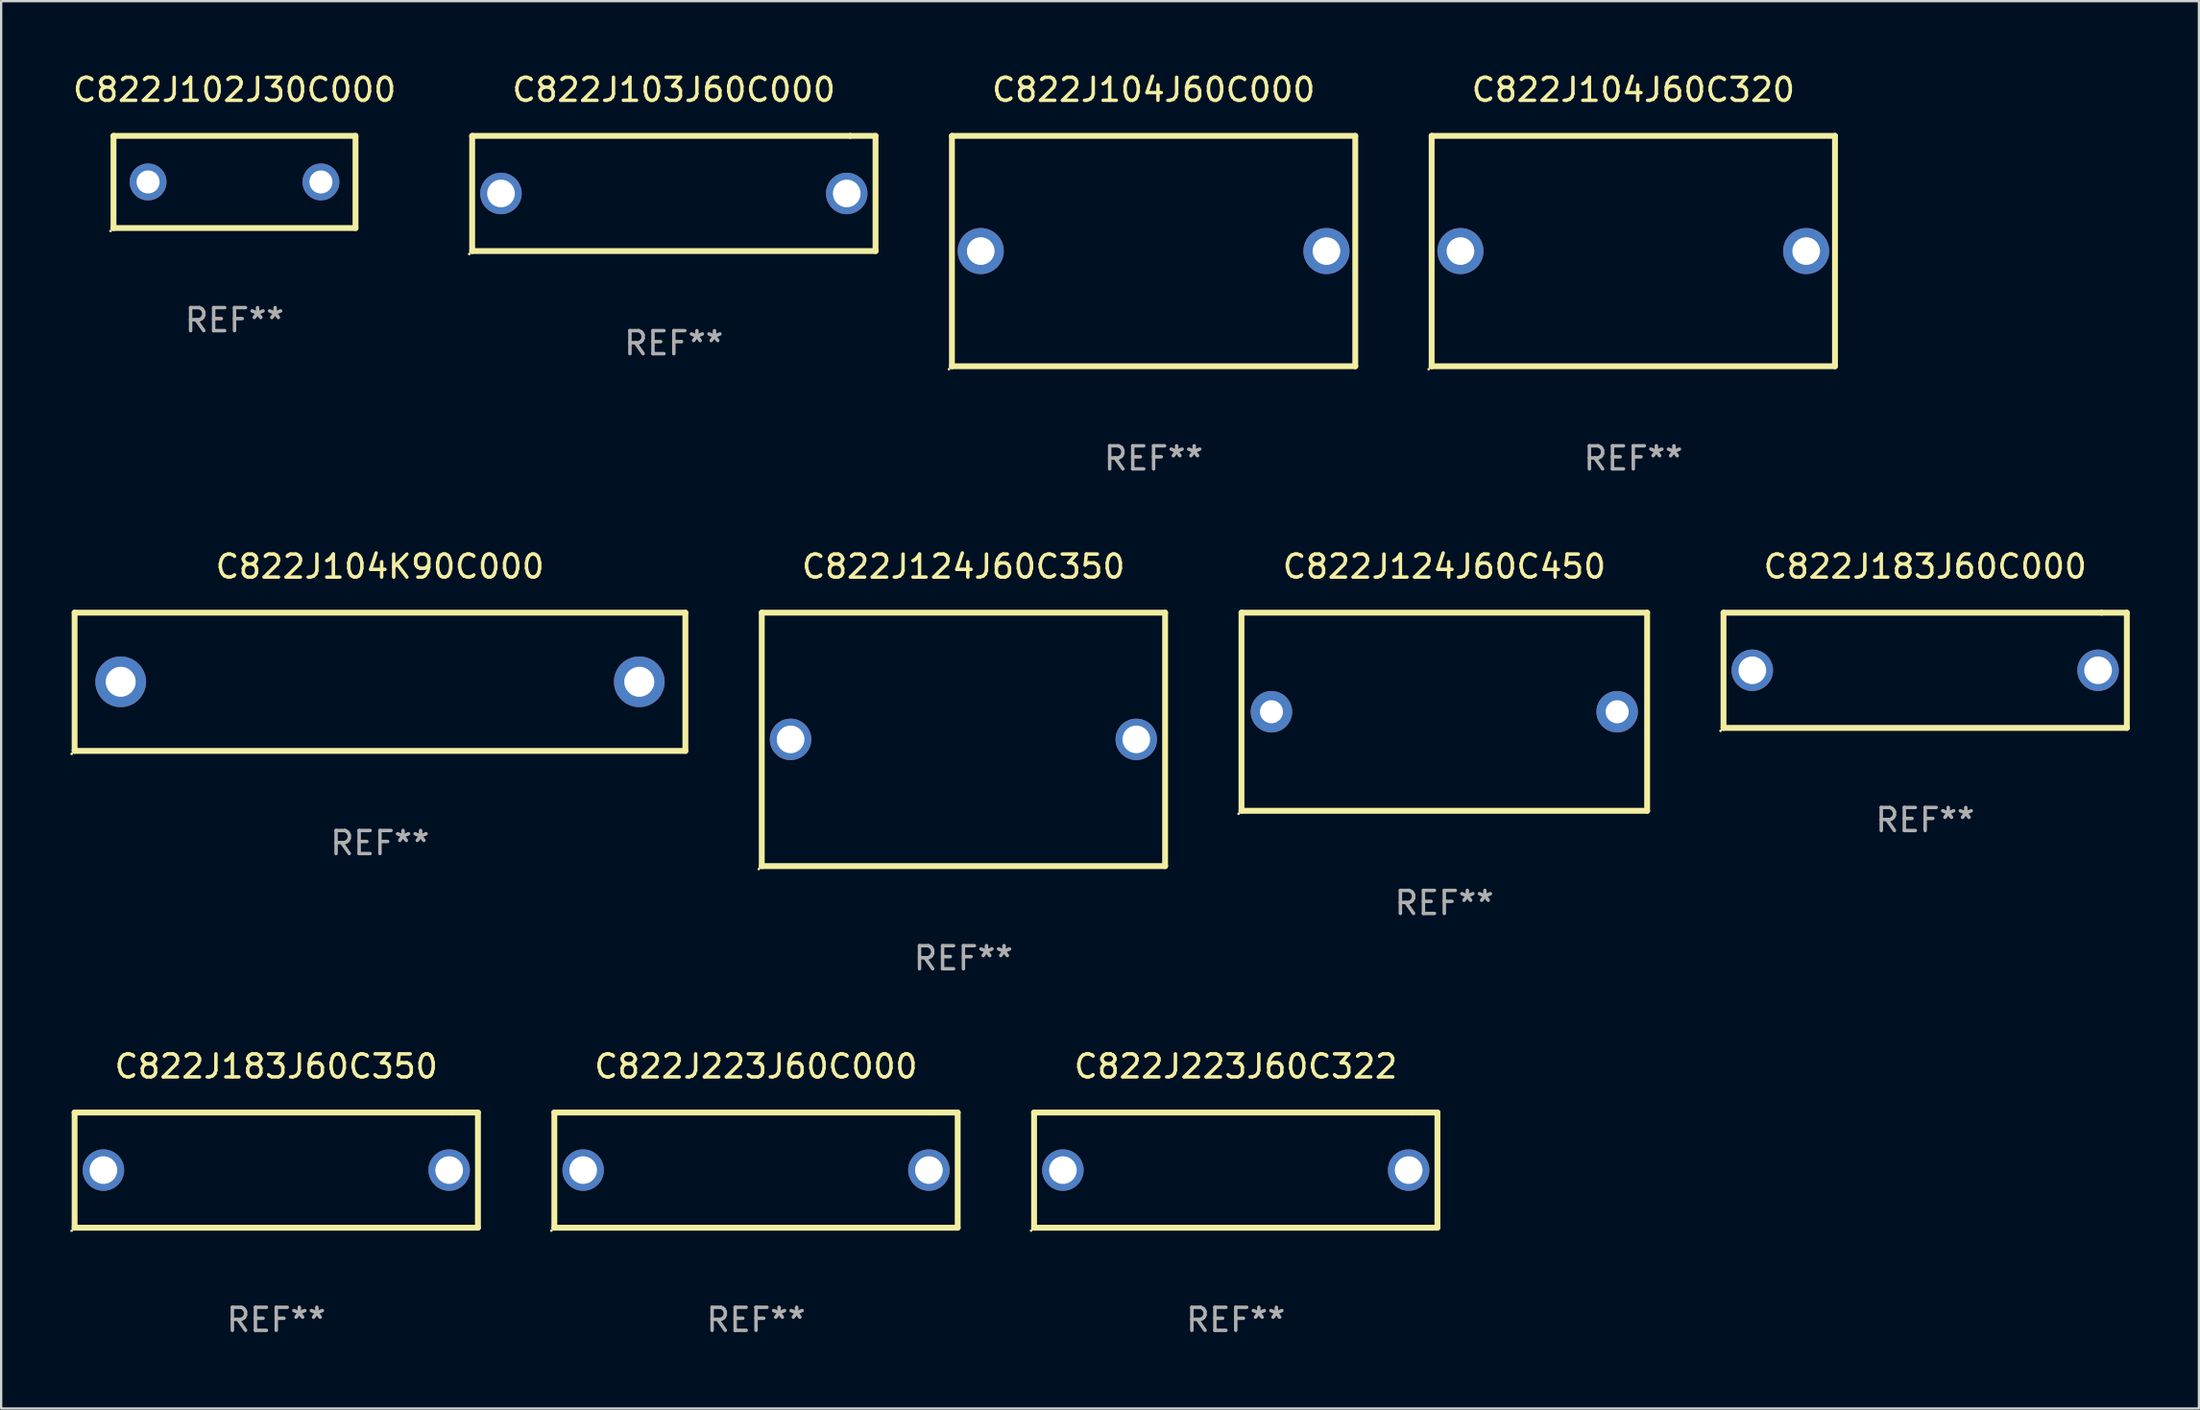
<source format=kicad_pcb>
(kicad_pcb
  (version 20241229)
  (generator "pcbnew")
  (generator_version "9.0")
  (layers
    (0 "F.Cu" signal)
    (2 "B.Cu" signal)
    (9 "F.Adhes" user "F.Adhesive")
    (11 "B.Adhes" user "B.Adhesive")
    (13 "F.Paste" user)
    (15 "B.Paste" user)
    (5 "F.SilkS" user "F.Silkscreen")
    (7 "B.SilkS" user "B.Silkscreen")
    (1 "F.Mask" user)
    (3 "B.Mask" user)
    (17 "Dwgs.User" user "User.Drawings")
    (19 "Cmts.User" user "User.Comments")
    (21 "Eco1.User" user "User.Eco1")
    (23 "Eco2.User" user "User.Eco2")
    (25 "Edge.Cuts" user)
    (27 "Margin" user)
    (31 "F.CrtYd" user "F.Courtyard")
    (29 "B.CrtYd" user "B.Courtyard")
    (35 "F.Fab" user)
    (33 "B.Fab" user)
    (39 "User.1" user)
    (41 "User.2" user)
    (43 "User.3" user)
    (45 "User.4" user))
  (footprint "C822J102J30C000"
    (layer "F.Cu")
    (at 7.125 4.848)
    (property "Reference" "C822J102J30C000" (at 0 -4 0) (layer "F.SilkS") (effects (font (size 1 1) (thickness 0.15))))
    (attr through_hole)
    (fp_line (start -5.25 -2) (end 5.25 -2) (stroke (width 0.254) (type solid)) (layer "F.SilkS"))
    (fp_line (start -5.25 2) (end -5.25 -2) (stroke (width 0.254) (type solid)) (layer "F.SilkS"))
    (fp_line (start 5.25 -2) (end 5.25 2) (stroke (width 0.254) (type solid)) (layer "F.SilkS"))
    (fp_line (start 5.25 2) (end -5.25 2) (stroke (width 0.254) (type solid)) (layer "F.SilkS"))
    (fp_circle (center -5.377 2.127) (end -5.347 2.127) (stroke (width 0.06) (type solid)) (fill no) (layer "F.SilkS"))
    (fp_text user "REF**" (at 0 6 0) (layer "F.Fab") (effects (font (size 1 1) (thickness 0.15))))
    (pad "1" thru_hole circle (at -3.75 0) (size 1.6 1.6) (drill 1) (layers "*.Cu" "*.Mask"))
    (pad "2" thru_hole circle (at 3.75 0) (size 1.6 1.6) (drill 1) (layers "*.Cu" "*.Mask")))
  (footprint "C822J223J60C000"
    (layer "F.Cu")
    (at 29.752 47.741)
    (property "Reference" "C822J223J60C000" (at 0 -4.5 0) (layer "F.SilkS") (effects (font (size 1 1) (thickness 0.15))))
    (attr through_hole)
    (fp_line (start -8.75 -2.499) (end 7.653 -2.499) (stroke (width 0.254) (type solid)) (layer "F.SilkS"))
    (fp_line (start -8.75 2.5) (end -8.75 -2.5) (stroke (width 0.254) (type solid)) (layer "F.SilkS"))
    (fp_line (start 7.653 -2.499) (end 8.75 -2.499) (stroke (width 0.254) (type solid)) (layer "F.SilkS"))
    (fp_line (start 8.75 -2.5) (end 8.75 2.5) (stroke (width 0.254) (type solid)) (layer "F.SilkS"))
    (fp_line (start 8.75 2.5) (end -8.75 2.5) (stroke (width 0.254) (type solid)) (layer "F.SilkS"))
    (fp_circle (center -8.877 2.627) (end -8.847 2.627) (stroke (width 0.06) (type solid)) (fill no) (layer "F.SilkS"))
    (fp_text user "REF**" (at 0 6.5 0) (layer "F.Fab") (effects (font (size 1 1) (thickness 0.15))))
    (pad "1" thru_hole circle (at -7.501 0) (size 1.8 1.8) (drill 1.2) (layers "*.Cu" "*.Mask"))
    (pad "2" thru_hole circle (at 7.501 0) (size 1.8 1.8) (drill 1.2) (layers "*.Cu" "*.Mask")))
  (footprint "C822J104J60C320"
    (layer "F.Cu")
    (at 67.816 7.848)
    (property "Reference" "C822J104J60C320" (at 0 -7 0) (layer "F.SilkS") (effects (font (size 1 1) (thickness 0.15))))
    (attr through_hole)
    (fp_line (start -8.75 -5) (end 8.75 -5) (stroke (width 0.254) (type solid)) (layer "F.SilkS"))
    (fp_line (start -8.75 5) (end -8.75 -5) (stroke (width 0.254) (type solid)) (layer "F.SilkS"))
    (fp_line (start 8.75 -5) (end 8.75 5) (stroke (width 0.254) (type solid)) (layer "F.SilkS"))
    (fp_line (start 8.75 5) (end -8.75 5) (stroke (width 0.254) (type solid)) (layer "F.SilkS"))
    (fp_circle (center -8.877 5.127) (end -8.847 5.127) (stroke (width 0.06) (type solid)) (fill no) (layer "F.SilkS"))
    (fp_text user "REF**" (at 0 9 0) (layer "F.Fab") (effects (font (size 1 1) (thickness 0.15))))
    (pad "1" thru_hole circle (at -7.5 0) (size 2 2) (drill 1.2) (layers "*.Cu" "*.Mask"))
    (pad "2" thru_hole circle (at 7.5 0) (size 2 2) (drill 1.2) (layers "*.Cu" "*.Mask")))
  (footprint "C822J223J60C322"
    (layer "F.Cu")
    (at 50.567 47.741)
    (property "Reference" "C822J223J60C322" (at 0 -4.5 0) (layer "F.SilkS") (effects (font (size 1 1) (thickness 0.15))))
    (attr through_hole)
    (fp_line (start -8.75 -2.499) (end 7.653 -2.499) (stroke (width 0.254) (type solid)) (layer "F.SilkS"))
    (fp_line (start -8.75 2.5) (end -8.75 -2.5) (stroke (width 0.254) (type solid)) (layer "F.SilkS"))
    (fp_line (start 7.653 -2.499) (end 8.75 -2.499) (stroke (width 0.254) (type solid)) (layer "F.SilkS"))
    (fp_line (start 8.75 -2.5) (end 8.75 2.5) (stroke (width 0.254) (type solid)) (layer "F.SilkS"))
    (fp_line (start 8.75 2.5) (end -8.75 2.5) (stroke (width 0.254) (type solid)) (layer "F.SilkS"))
    (fp_circle (center -8.877 2.627) (end -8.847 2.627) (stroke (width 0.06) (type solid)) (fill no) (layer "F.SilkS"))
    (fp_text user "REF**" (at 0 6.5 0) (layer "F.Fab") (effects (font (size 1 1) (thickness 0.15))))
    (pad "1" thru_hole circle (at -7.501 0) (size 1.8 1.8) (drill 1.2) (layers "*.Cu" "*.Mask"))
    (pad "2" thru_hole circle (at 7.501 0) (size 1.8 1.8) (drill 1.2) (layers "*.Cu" "*.Mask")))
  (footprint "C822J124J60C350"
    (layer "F.Cu")
    (at 38.751 29.045)
    (property "Reference" "C822J124J60C350" (at 0 -7.5 0) (layer "F.SilkS") (effects (font (size 1 1) (thickness 0.15))))
    (attr through_hole)
    (fp_line (start -8.75 -5.5) (end 8.75 -5.5) (stroke (width 0.254) (type solid)) (layer "F.SilkS"))
    (fp_line (start -8.75 5.5) (end -8.75 -5.5) (stroke (width 0.254) (type solid)) (layer "F.SilkS"))
    (fp_line (start 8.75 -5.5) (end 8.75 5.5) (stroke (width 0.254) (type solid)) (layer "F.SilkS"))
    (fp_line (start 8.75 5.5) (end -8.75 5.5) (stroke (width 0.254) (type solid)) (layer "F.SilkS"))
    (fp_circle (center -8.877 5.627) (end -8.847 5.627) (stroke (width 0.06) (type solid)) (fill no) (layer "F.SilkS"))
    (fp_text user "REF**" (at 0 9.5 0) (layer "F.Fab") (effects (font (size 1 1) (thickness 0.15))))
    (pad "1" thru_hole circle (at -7.5 0) (size 1.8 1.8) (drill 1.2) (layers "*.Cu" "*.Mask"))
    (pad "2" thru_hole circle (at 7.5 0) (size 1.8 1.8) (drill 1.2) (layers "*.Cu" "*.Mask")))
  (footprint "C822J103J60C000"
    (layer "F.Cu")
    (at 26.187 5.348)
    (property "Reference" "C822J103J60C000" (at 0 -4.5 0) (layer "F.SilkS") (effects (font (size 1 1) (thickness 0.15))))
    (attr through_hole)
    (fp_line (start -8.75 -2.499) (end 7.653 -2.499) (stroke (width 0.254) (type solid)) (layer "F.SilkS"))
    (fp_line (start -8.75 2.5) (end -8.75 -2.5) (stroke (width 0.254) (type solid)) (layer "F.SilkS"))
    (fp_line (start 7.653 -2.499) (end 8.75 -2.499) (stroke (width 0.254) (type solid)) (layer "F.SilkS"))
    (fp_line (start 8.75 -2.5) (end 8.75 2.5) (stroke (width 0.254) (type solid)) (layer "F.SilkS"))
    (fp_line (start 8.75 2.5) (end -8.75 2.5) (stroke (width 0.254) (type solid)) (layer "F.SilkS"))
    (fp_circle (center -8.877 2.627) (end -8.847 2.627) (stroke (width 0.06) (type solid)) (fill no) (layer "F.SilkS"))
    (fp_text user "REF**" (at 0 6.5 0) (layer "F.Fab") (effects (font (size 1 1) (thickness 0.15))))
    (pad "1" thru_hole circle (at -7.501 0) (size 1.8 1.8) (drill 1.2) (layers "*.Cu" "*.Mask"))
    (pad "2" thru_hole circle (at 7.501 0) (size 1.8 1.8) (drill 1.2) (layers "*.Cu" "*.Mask")))
  (footprint "C822J183J60C000"
    (layer "F.Cu")
    (at 80.479 26.045)
    (property "Reference" "C822J183J60C000" (at 0 -4.5 0) (layer "F.SilkS") (effects (font (size 1 1) (thickness 0.15))))
    (attr through_hole)
    (fp_line (start -8.75 -2.499) (end 7.653 -2.499) (stroke (width 0.254) (type solid)) (layer "F.SilkS"))
    (fp_line (start -8.75 2.5) (end -8.75 -2.5) (stroke (width 0.254) (type solid)) (layer "F.SilkS"))
    (fp_line (start 7.653 -2.499) (end 8.75 -2.499) (stroke (width 0.254) (type solid)) (layer "F.SilkS"))
    (fp_line (start 8.75 -2.5) (end 8.75 2.5) (stroke (width 0.254) (type solid)) (layer "F.SilkS"))
    (fp_line (start 8.75 2.5) (end -8.75 2.5) (stroke (width 0.254) (type solid)) (layer "F.SilkS"))
    (fp_circle (center -8.877 2.627) (end -8.847 2.627) (stroke (width 0.06) (type solid)) (fill no) (layer "F.SilkS"))
    (fp_text user "REF**" (at 0 6.5 0) (layer "F.Fab") (effects (font (size 1 1) (thickness 0.15))))
    (pad "1" thru_hole circle (at -7.501 0) (size 1.8 1.8) (drill 1.2) (layers "*.Cu" "*.Mask"))
    (pad "2" thru_hole circle (at 7.501 0) (size 1.8 1.8) (drill 1.2) (layers "*.Cu" "*.Mask")))
  (footprint "C822J183J60C350"
    (layer "F.Cu")
    (at 8.937 47.741)
    (property "Reference" "C822J183J60C350" (at 0 -4.5 0) (layer "F.SilkS") (effects (font (size 1 1) (thickness 0.15))))
    (attr through_hole)
    (fp_line (start -8.75 -2.499) (end 7.653 -2.499) (stroke (width 0.254) (type solid)) (layer "F.SilkS"))
    (fp_line (start -8.75 2.5) (end -8.75 -2.5) (stroke (width 0.254) (type solid)) (layer "F.SilkS"))
    (fp_line (start 7.653 -2.499) (end 8.75 -2.499) (stroke (width 0.254) (type solid)) (layer "F.SilkS"))
    (fp_line (start 8.75 -2.5) (end 8.75 2.5) (stroke (width 0.254) (type solid)) (layer "F.SilkS"))
    (fp_line (start 8.75 2.5) (end -8.75 2.5) (stroke (width 0.254) (type solid)) (layer "F.SilkS"))
    (fp_circle (center -8.877 2.627) (end -8.847 2.627) (stroke (width 0.06) (type solid)) (fill no) (layer "F.SilkS"))
    (fp_text user "REF**" (at 0 6.5 0) (layer "F.Fab") (effects (font (size 1 1) (thickness 0.15))))
    (pad "1" thru_hole circle (at -7.501 0) (size 1.8 1.8) (drill 1.2) (layers "*.Cu" "*.Mask"))
    (pad "2" thru_hole circle (at 7.501 0) (size 1.8 1.8) (drill 1.2) (layers "*.Cu" "*.Mask")))
  (footprint "C822J124J60C450"
    (layer "F.Cu")
    (at 59.615 27.845)
    (property "Reference" "C822J124J60C450" (at 0 -6.3 0) (layer "F.SilkS") (effects (font (size 1 1) (thickness 0.15))))
    (attr through_hole)
    (fp_line (start -8.8 -4.3) (end -8.8 4.3) (stroke (width 0.254) (type solid)) (layer "F.SilkS"))
    (fp_line (start -8.8 -4.3) (end 8.8 -4.3) (stroke (width 0.254) (type solid)) (layer "F.SilkS"))
    (fp_line (start -8.8 4.3) (end 8.8 4.3) (stroke (width 0.254) (type solid)) (layer "F.SilkS"))
    (fp_line (start 8.8 -4.3) (end 8.8 4.3) (stroke (width 0.254) (type solid)) (layer "F.SilkS"))
    (fp_circle (center -8.927 4.427) (end -8.897 4.427) (stroke (width 0.06) (type solid)) (fill no) (layer "F.SilkS"))
    (fp_text user "REF**" (at 0 8.3 0) (layer "F.Fab") (effects (font (size 1 1) (thickness 0.15))))
    (pad "1" thru_hole circle (at -7.5 0) (size 1.8 1.8) (drill 1) (layers "*.Cu" "*.Mask"))
    (pad "2" thru_hole circle (at 7.5 0) (size 1.8 1.8) (drill 1) (layers "*.Cu" "*.Mask")))
  (footprint "C822J104J60C000"
    (layer "F.Cu")
    (at 47.002 7.848)
    (property "Reference" "C822J104J60C000" (at 0 -7 0) (layer "F.SilkS") (effects (font (size 1 1) (thickness 0.15))))
    (attr through_hole)
    (fp_line (start -8.75 -5) (end 8.75 -5) (stroke (width 0.254) (type solid)) (layer "F.SilkS"))
    (fp_line (start -8.75 5) (end -8.75 -5) (stroke (width 0.254) (type solid)) (layer "F.SilkS"))
    (fp_line (start 8.75 -5) (end 8.75 5) (stroke (width 0.254) (type solid)) (layer "F.SilkS"))
    (fp_line (start 8.75 5) (end -8.75 5) (stroke (width 0.254) (type solid)) (layer "F.SilkS"))
    (fp_circle (center -8.877 5.127) (end -8.847 5.127) (stroke (width 0.06) (type solid)) (fill no) (layer "F.SilkS"))
    (fp_text user "REF**" (at 0 9 0) (layer "F.Fab") (effects (font (size 1 1) (thickness 0.15))))
    (pad "1" thru_hole circle (at -7.5 0) (size 2 2) (drill 1.2) (layers "*.Cu" "*.Mask"))
    (pad "2" thru_hole circle (at 7.5 0) (size 2 2) (drill 1.2) (layers "*.Cu" "*.Mask")))
  (footprint "C822J104K90C000"
    (layer "F.Cu")
    (at 13.437 26.545)
    (property "Reference" "C822J104K90C000" (at 0 -5 0) (layer "F.SilkS") (effects (font (size 1 1) (thickness 0.15))))
    (attr through_hole)
    (fp_line (start -13.25 -3) (end 13.25 -3) (stroke (width 0.254) (type solid)) (layer "F.SilkS"))
    (fp_line (start -13.25 3) (end -13.25 -3) (stroke (width 0.254) (type solid)) (layer "F.SilkS"))
    (fp_line (start 13.25 -3) (end 13.25 3) (stroke (width 0.254) (type solid)) (layer "F.SilkS"))
    (fp_line (start 13.25 3) (end -13.25 3) (stroke (width 0.254) (type solid)) (layer "F.SilkS"))
    (fp_circle (center -13.377 3.127) (end -13.347 3.127) (stroke (width 0.06) (type solid)) (fill no) (layer "F.SilkS"))
    (fp_text user "REF**" (at 0 7 0) (layer "F.Fab") (effects (font (size 1 1) (thickness 0.15))))
    (pad "1" thru_hole circle (at -11.25 0) (size 2.2 2.2) (drill 1.3) (layers "*.Cu" "*.Mask"))
    (pad "2" thru_hole circle (at 11.25 0) (size 2.2 2.2) (drill 1.3) (layers "*.Cu" "*.Mask")))
  (gr_rect
    (start -3 -3)
    (end 92.357 58.09)
    (stroke (width 0.1) (type default))
    (fill no)
    (layer "Edge.Cuts")))
</source>
